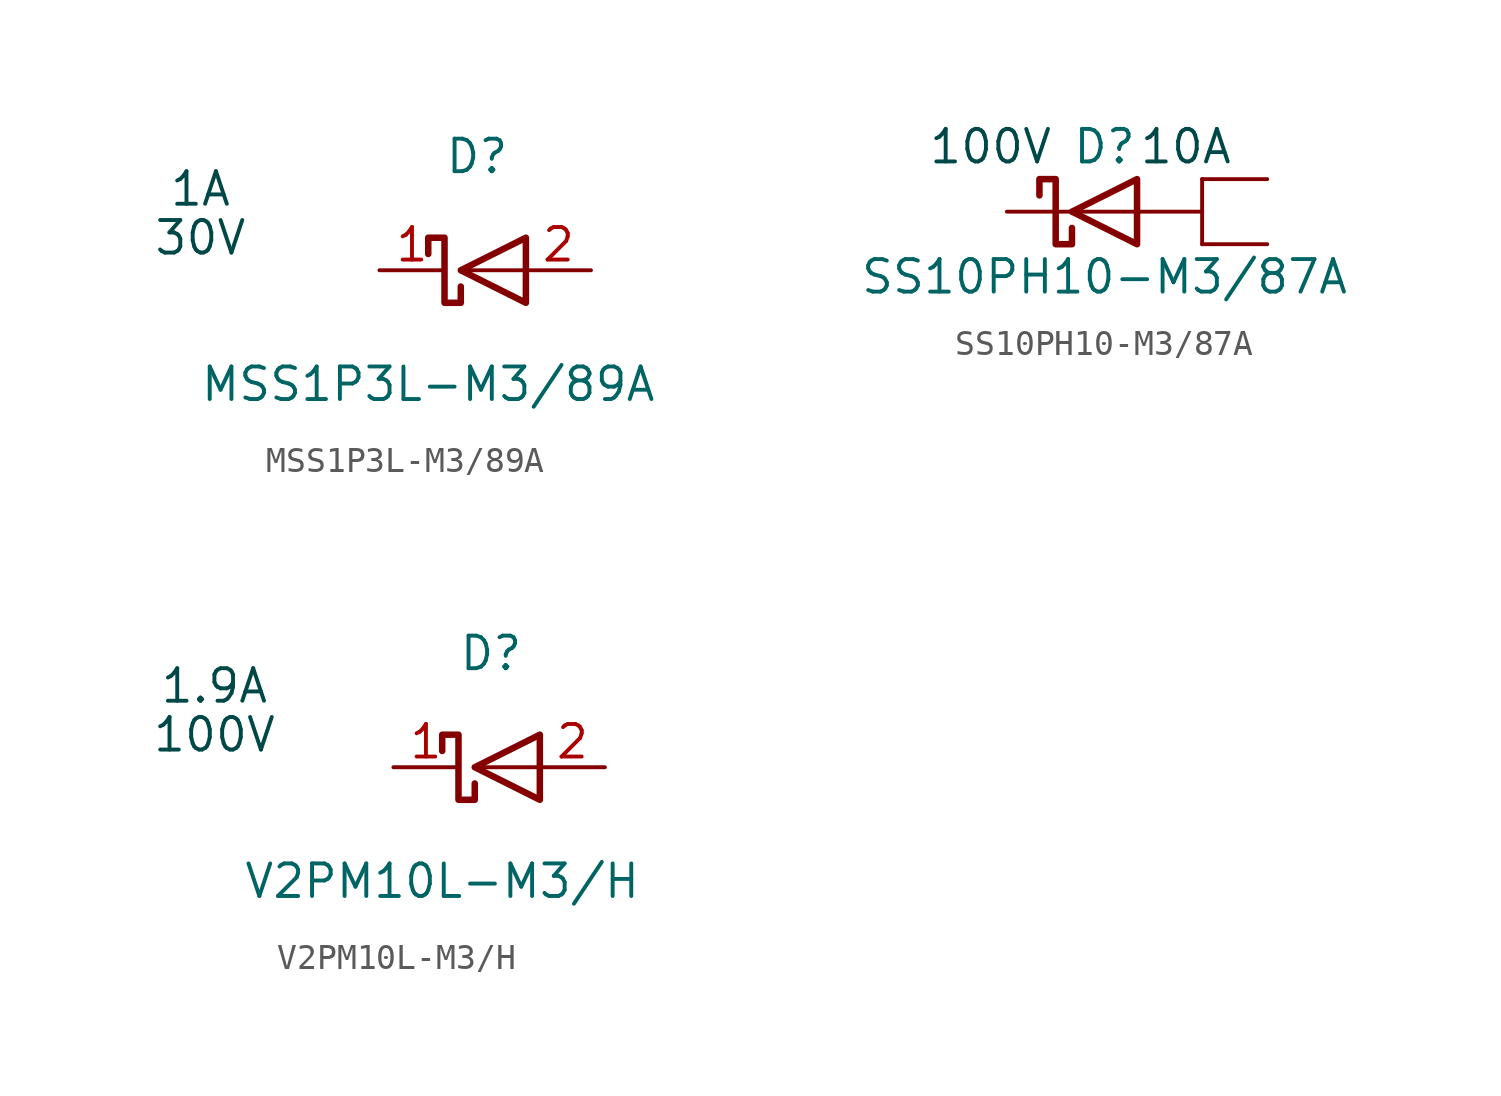
<source format=kicad_sym>
(kicad_symbol_lib
  (version 20220914)
  (generator kicad_symbol_editor)
  (symbol "MSS1P3L-M3/89A"
    (pin_names hide)
    (property "Reference" "D"
      (at 0 4.445 0)
      (effects (font (size 1.27 1.27))))
    (property "Value" "MSS1P3L-M3/89A"
      (at -1.905 -4.445 0)
      (effects (font (size 1.27 1.27))))
    (property "Voltage" "30V"
      (at -10.795 1.27 0)
      (effects (font (size 1.27 1.27) (color 0 72 72 1))))
    (property "Current" "1A"
      (at -10.795 3.175 0)
      (effects (font (size 1.27 1.27) (color 0 72 72 1))))
    (symbol "MSS1P3L-M3/89A_0_1"
      (polyline (pts (xy 1.905 0) (xy -0.635 0)) (stroke (width 0) (type default)) (fill (type none)))
      (polyline (pts (xy 1.905 1.27) (xy 1.905 -1.27) (xy -0.635 0) (xy 1.905 1.27)) (stroke (width 0.254) (type default)) (fill (type none)))
      (polyline (pts (xy -1.905 0.635) (xy -1.905 1.27) (xy -1.27 1.27) (xy -1.27 -1.27) (xy -0.635 -1.27) (xy -0.635 -0.635)) (stroke (width 0.254) (type default)) (fill (type none))))
    (symbol "MSS1P3L-M3/89A_1_1"
      (pin passive line (at -3.81 0 0) (length 2.54) (name "K" (effects (font (size 1.27 1.27)))) (number "1" (effects (font (size 1.27 1.27)))))
      (pin passive line (at 4.445 0 180) (length 2.54) (name "A" (effects (font (size 1.27 1.27)))) (number "2" (effects (font (size 1.27 1.27)))))))
  (symbol "SS10PH10-M3/87A"
    (pin_numbers hide)
    (pin_names hide)
    (property "Reference" "D"
      (at 0 2.54 0)
      (effects (font (size 1.27 1.27))))
    (property "Value" "SS10PH10-M3/87A"
      (at 0 -2.54 0)
      (effects (font (size 1.27 1.27))))
    (property "Vr" "100V"
      (at -4.445 2.54 0)
      (effects (font (size 1.27 1.27) (color 0 72 72 1))))
    (property "If" "10A"
      (at 3.175 2.54 0)
      (effects (font (size 1.27 1.27) (color 0 72 72 1))))
    (symbol "SS10PH10-M3/87A_0_1"
      (polyline (pts (xy 1.27 0) (xy -1.27 0)) (stroke (width 0) (type default)) (fill (type none)))
      (polyline (pts (xy 3.81 0) (xy 1.27 0)) (stroke (width 0) (type default)) (fill (type none)))
      (polyline (pts (xy 3.81 1.27) (xy 3.81 -1.27)) (stroke (width 0) (type default)) (fill (type none)))
      (polyline (pts (xy 1.27 1.27) (xy 1.27 -1.27) (xy -1.27 0) (xy 1.27 1.27)) (stroke (width 0.254) (type default)) (fill (type none)))
      (polyline (pts (xy -2.54 0.635) (xy -2.54 1.27) (xy -1.905 1.27) (xy -1.905 -1.27) (xy -1.27 -1.27) (xy -1.27 -0.635)) (stroke (width 0.254) (type default)) (fill (type none))))
    (symbol "SS10PH10-M3/87A_1_1"
      (pin passive line (at 6.35 1.27 180) (length 2.54) (name "A" (effects (font (size 1.27 1.27)))) (number "1" (effects (font (size 1.27 1.27)))))
      (pin passive line (at 6.35 -1.27 180) (length 2.54) (name "A" (effects (font (size 1.27 1.27)))) (number "2" (effects (font (size 1.27 1.27)))))
      (pin passive line (at -3.81 0 0) (length 2.54) (name "K" (effects (font (size 1.27 1.27)))) (number "3" (effects (font (size 1.27 1.27)))))))
  (symbol "V2PM10L-M3/H"
    (pin_names hide)
    (property "Reference" "D"
      (at 0 4.445 0)
      (effects (font (size 1.27 1.27))))
    (property "Value" "V2PM10L-M3/H"
      (at -1.905 -4.445 0)
      (effects (font (size 1.27 1.27))))
    (property "Voltage" "100V"
      (at -10.795 1.27 0)
      (effects (font (size 1.27 1.27) (color 0 72 72 1))))
    (property "Current" "1.9A"
      (at -10.795 3.175 0)
      (effects (font (size 1.27 1.27) (color 0 72 72 1))))
    (symbol "V2PM10L-M3/H_0_1"
      (polyline (pts (xy 1.905 0) (xy -0.635 0)) (stroke (width 0) (type default)) (fill (type none)))
      (polyline (pts (xy 1.905 1.27) (xy 1.905 -1.27) (xy -0.635 0) (xy 1.905 1.27)) (stroke (width 0.254) (type default)) (fill (type none)))
      (polyline (pts (xy -1.905 0.635) (xy -1.905 1.27) (xy -1.27 1.27) (xy -1.27 -1.27) (xy -0.635 -1.27) (xy -0.635 -0.635)) (stroke (width 0.254) (type default)) (fill (type none))))
    (symbol "V2PM10L-M3/H_1_1"
      (pin passive line (at -3.81 0 0) (length 2.54) (name "K" (effects (font (size 1.27 1.27)))) (number "1" (effects (font (size 1.27 1.27)))))
      (pin passive line (at 4.445 0 180) (length 2.54) (name "A" (effects (font (size 1.27 1.27)))) (number "2" (effects (font (size 1.27 1.27))))))))
</source>
